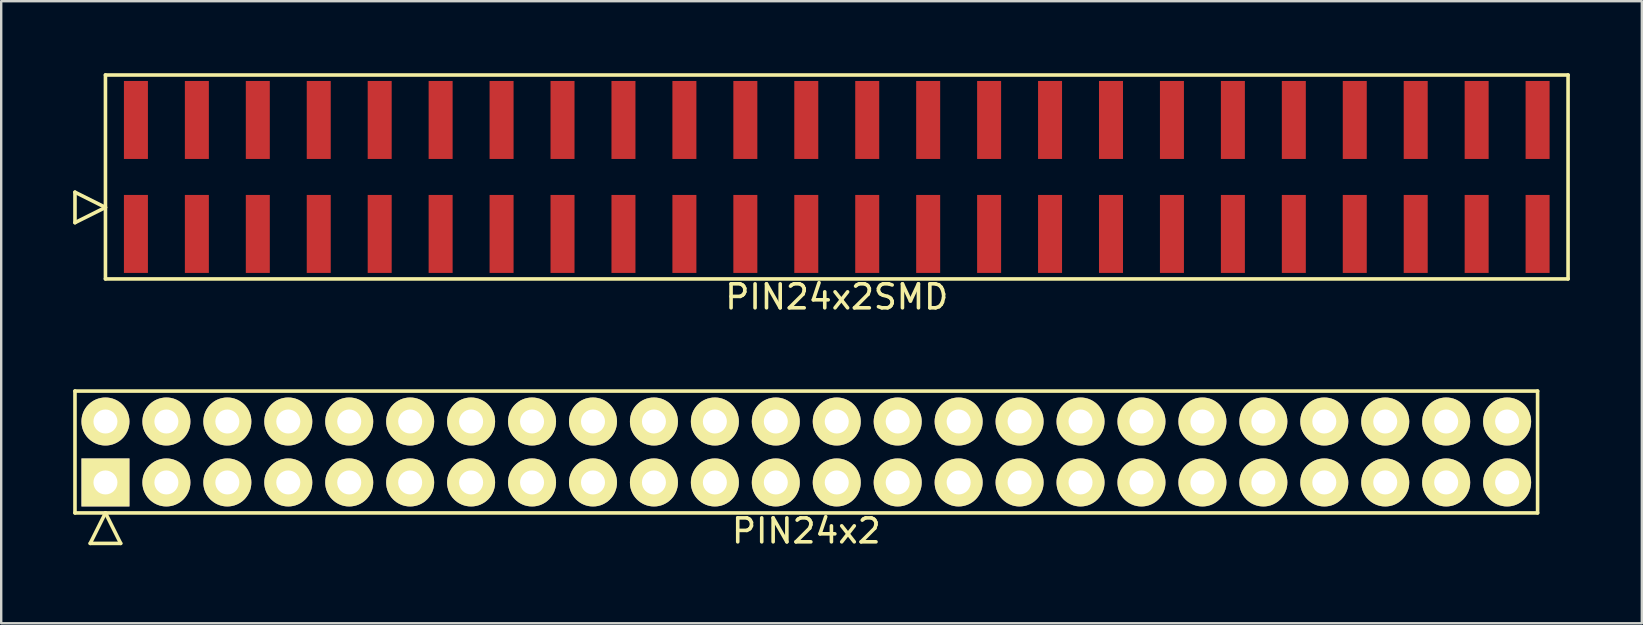
<source format=kicad_pcb>
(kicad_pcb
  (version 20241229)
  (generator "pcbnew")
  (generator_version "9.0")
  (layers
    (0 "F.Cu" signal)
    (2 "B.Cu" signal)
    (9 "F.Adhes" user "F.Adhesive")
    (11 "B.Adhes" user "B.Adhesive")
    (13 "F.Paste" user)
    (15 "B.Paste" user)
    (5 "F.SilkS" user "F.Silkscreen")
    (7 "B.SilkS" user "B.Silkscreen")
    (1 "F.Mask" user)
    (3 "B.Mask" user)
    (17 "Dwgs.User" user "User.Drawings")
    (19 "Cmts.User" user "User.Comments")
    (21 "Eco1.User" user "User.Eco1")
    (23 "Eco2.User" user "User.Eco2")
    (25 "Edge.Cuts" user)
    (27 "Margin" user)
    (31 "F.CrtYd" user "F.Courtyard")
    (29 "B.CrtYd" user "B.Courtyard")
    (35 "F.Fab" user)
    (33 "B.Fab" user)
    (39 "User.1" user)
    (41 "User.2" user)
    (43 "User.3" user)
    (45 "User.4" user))
  (footprint "PIN24x2SMD"
    (layer "F.Cu")
    (at 31.825 4.325)
    (property "Reference" "PIN24x2SMD" (at 0 5 0) (layer "F.SilkS") (effects (font (size 1 1) (thickness 0.15))))
    (attr through_hole)
    (fp_line (start -31.75 1.905) (end -31.75 0.635) (stroke (width 0.15) (type solid)) (layer "F.SilkS"))
    (fp_line (start -30.48 -4.25) (end -30.48 4.25) (stroke (width 0.15) (type solid)) (layer "F.SilkS"))
    (fp_line (start -30.48 1.27) (end -31.75 0.635) (stroke (width 0.15) (type solid)) (layer "F.SilkS"))
    (fp_line (start -30.48 1.27) (end -31.75 1.905) (stroke (width 0.15) (type solid)) (layer "F.SilkS"))
    (fp_line (start -30.48 4.25) (end 30.48 4.25) (stroke (width 0.15) (type solid)) (layer "F.SilkS"))
    (fp_line (start 30.48 -4.25) (end -30.48 -4.25) (stroke (width 0.15) (type solid)) (layer "F.SilkS"))
    (fp_line (start 30.48 4.25) (end 30.48 -4.25) (stroke (width 0.15) (type solid)) (layer "F.SilkS"))
    (pad "1" smd rect (at -29.21 2.375) (size 1 3.25) (layers "F.Cu" "F.Mask" "F.Paste"))
    (pad "2" smd rect (at -29.21 -2.375) (size 1 3.25) (layers "F.Cu" "F.Mask" "F.Paste"))
    (pad "3" smd rect (at -26.67 2.375) (size 1 3.25) (layers "F.Cu" "F.Mask" "F.Paste"))
    (pad "4" smd rect (at -26.67 -2.375) (size 1 3.25) (layers "F.Cu" "F.Mask" "F.Paste"))
    (pad "5" smd rect (at -24.13 2.375) (size 1 3.25) (layers "F.Cu" "F.Mask" "F.Paste"))
    (pad "6" smd rect (at -24.13 -2.375) (size 1 3.25) (layers "F.Cu" "F.Mask" "F.Paste"))
    (pad "7" smd rect (at -21.59 2.375) (size 1 3.25) (layers "F.Cu" "F.Mask" "F.Paste"))
    (pad "8" smd rect (at -21.59 -2.375) (size 1 3.25) (layers "F.Cu" "F.Mask" "F.Paste"))
    (pad "9" smd rect (at -19.05 2.375) (size 1 3.25) (layers "F.Cu" "F.Mask" "F.Paste"))
    (pad "10" smd rect (at -19.05 -2.375) (size 1 3.25) (layers "F.Cu" "F.Mask" "F.Paste"))
    (pad "11" smd rect (at -16.51 2.375) (size 1 3.25) (layers "F.Cu" "F.Mask" "F.Paste"))
    (pad "12" smd rect (at -16.51 -2.375) (size 1 3.25) (layers "F.Cu" "F.Mask" "F.Paste"))
    (pad "13" smd rect (at -13.97 2.375) (size 1 3.25) (layers "F.Cu" "F.Mask" "F.Paste"))
    (pad "14" smd rect (at -13.97 -2.375) (size 1 3.25) (layers "F.Cu" "F.Mask" "F.Paste"))
    (pad "15" smd rect (at -11.43 2.375) (size 1 3.25) (layers "F.Cu" "F.Mask" "F.Paste"))
    (pad "16" smd rect (at -11.43 -2.375) (size 1 3.25) (layers "F.Cu" "F.Mask" "F.Paste"))
    (pad "17" smd rect (at -8.89 2.375) (size 1 3.25) (layers "F.Cu" "F.Mask" "F.Paste"))
    (pad "18" smd rect (at -8.89 -2.375) (size 1 3.25) (layers "F.Cu" "F.Mask" "F.Paste"))
    (pad "19" smd rect (at -6.35 2.375) (size 1 3.25) (layers "F.Cu" "F.Mask" "F.Paste"))
    (pad "20" smd rect (at -6.35 -2.375) (size 1 3.25) (layers "F.Cu" "F.Mask" "F.Paste"))
    (pad "21" smd rect (at -3.81 2.375) (size 1 3.25) (layers "F.Cu" "F.Mask" "F.Paste"))
    (pad "22" smd rect (at -3.81 -2.375) (size 1 3.25) (layers "F.Cu" "F.Mask" "F.Paste"))
    (pad "23" smd rect (at -1.27 2.375) (size 1 3.25) (layers "F.Cu" "F.Mask" "F.Paste"))
    (pad "24" smd rect (at -1.27 -2.375) (size 1 3.25) (layers "F.Cu" "F.Mask" "F.Paste"))
    (pad "25" smd rect (at 1.27 2.375) (size 1 3.25) (layers "F.Cu" "F.Mask" "F.Paste"))
    (pad "26" smd rect (at 1.27 -2.375) (size 1 3.25) (layers "F.Cu" "F.Mask" "F.Paste"))
    (pad "27" smd rect (at 3.81 2.375) (size 1 3.25) (layers "F.Cu" "F.Mask" "F.Paste"))
    (pad "28" smd rect (at 3.81 -2.375) (size 1 3.25) (layers "F.Cu" "F.Mask" "F.Paste"))
    (pad "29" smd rect (at 6.35 2.375) (size 1 3.25) (layers "F.Cu" "F.Mask" "F.Paste"))
    (pad "30" smd rect (at 6.35 -2.375) (size 1 3.25) (layers "F.Cu" "F.Mask" "F.Paste"))
    (pad "31" smd rect (at 8.89 2.375) (size 1 3.25) (layers "F.Cu" "F.Mask" "F.Paste"))
    (pad "32" smd rect (at 8.89 -2.375) (size 1 3.25) (layers "F.Cu" "F.Mask" "F.Paste"))
    (pad "33" smd rect (at 11.43 2.375) (size 1 3.25) (layers "F.Cu" "F.Mask" "F.Paste"))
    (pad "34" smd rect (at 11.43 -2.375) (size 1 3.25) (layers "F.Cu" "F.Mask" "F.Paste"))
    (pad "35" smd rect (at 13.97 2.375) (size 1 3.25) (layers "F.Cu" "F.Mask" "F.Paste"))
    (pad "36" smd rect (at 13.97 -2.375) (size 1 3.25) (layers "F.Cu" "F.Mask" "F.Paste"))
    (pad "37" smd rect (at 16.51 2.375) (size 1 3.25) (layers "F.Cu" "F.Mask" "F.Paste"))
    (pad "38" smd rect (at 16.51 -2.375) (size 1 3.25) (layers "F.Cu" "F.Mask" "F.Paste"))
    (pad "39" smd rect (at 19.05 2.375) (size 1 3.25) (layers "F.Cu" "F.Mask" "F.Paste"))
    (pad "40" smd rect (at 19.05 -2.375) (size 1 3.25) (layers "F.Cu" "F.Mask" "F.Paste"))
    (pad "41" smd rect (at 21.59 2.375) (size 1 3.25) (layers "F.Cu" "F.Mask" "F.Paste"))
    (pad "42" smd rect (at 21.59 -2.375) (size 1 3.25) (layers "F.Cu" "F.Mask" "F.Paste"))
    (pad "43" smd rect (at 24.13 2.375) (size 1 3.25) (layers "F.Cu" "F.Mask" "F.Paste"))
    (pad "44" smd rect (at 24.13 -2.375) (size 1 3.25) (layers "F.Cu" "F.Mask" "F.Paste"))
    (pad "45" smd rect (at 26.67 2.375) (size 1 3.25) (layers "F.Cu" "F.Mask" "F.Paste"))
    (pad "46" smd rect (at 26.67 -2.375) (size 1 3.25) (layers "F.Cu" "F.Mask" "F.Paste"))
    (pad "47" smd rect (at 29.21 2.375) (size 1 3.25) (layers "F.Cu" "F.Mask" "F.Paste"))
    (pad "48" smd rect (at 29.21 -2.375) (size 1 3.25) (layers "F.Cu" "F.Mask" "F.Paste")))
  (footprint "PIN24x2"
    (layer "F.Cu")
    (at 30.555 15.788)
    (property "Reference" "PIN24x2" (at 0 3.29 0) (layer "F.SilkS") (effects (font (size 1 1) (thickness 0.15))))
    (attr through_hole)
    (fp_line (start -30.48 -2.54) (end -30.48 2.54) (stroke (width 0.15) (type solid)) (layer "F.SilkS"))
    (fp_line (start -30.48 2.54) (end 30.48 2.54) (stroke (width 0.15) (type solid)) (layer "F.SilkS"))
    (fp_line (start -29.845 3.81) (end -29.21 2.54) (stroke (width 0.15) (type solid)) (layer "F.SilkS"))
    (fp_line (start -29.845 3.81) (end -28.575 3.81) (stroke (width 0.15) (type solid)) (layer "F.SilkS"))
    (fp_line (start -28.575 3.81) (end -29.21 2.54) (stroke (width 0.15) (type solid)) (layer "F.SilkS"))
    (fp_line (start 30.48 -2.54) (end -30.48 -2.54) (stroke (width 0.15) (type solid)) (layer "F.SilkS"))
    (fp_line (start 30.48 2.54) (end 30.48 -2.54) (stroke (width 0.15) (type solid)) (layer "F.SilkS"))
    (pad "1" thru_hole rect (at -29.21 1.27) (size 2 2) (drill 1) (layers "*.Cu" "*.Mask" "F.SilkS"))
    (pad "2" thru_hole oval (at -29.21 -1.27) (size 2 2) (drill 1) (layers "*.Cu" "*.Mask" "F.SilkS"))
    (pad "3" thru_hole oval (at -26.67 1.27) (size 2 2) (drill 1) (layers "*.Cu" "*.Mask" "F.SilkS"))
    (pad "4" thru_hole oval (at -26.67 -1.27) (size 2 2) (drill 1) (layers "*.Cu" "*.Mask" "F.SilkS"))
    (pad "5" thru_hole oval (at -24.13 1.27) (size 2 2) (drill 1) (layers "*.Cu" "*.Mask" "F.SilkS"))
    (pad "6" thru_hole oval (at -24.13 -1.27) (size 2 2) (drill 1) (layers "*.Cu" "*.Mask" "F.SilkS"))
    (pad "7" thru_hole oval (at -21.59 1.27) (size 2 2) (drill 1) (layers "*.Cu" "*.Mask" "F.SilkS"))
    (pad "8" thru_hole oval (at -21.59 -1.27) (size 2 2) (drill 1) (layers "*.Cu" "*.Mask" "F.SilkS"))
    (pad "9" thru_hole oval (at -19.05 1.27) (size 2 2) (drill 1) (layers "*.Cu" "*.Mask" "F.SilkS"))
    (pad "10" thru_hole oval (at -19.05 -1.27) (size 2 2) (drill 1) (layers "*.Cu" "*.Mask" "F.SilkS"))
    (pad "11" thru_hole oval (at -16.51 1.27) (size 2 2) (drill 1) (layers "*.Cu" "*.Mask" "F.SilkS"))
    (pad "12" thru_hole oval (at -16.51 -1.27) (size 2 2) (drill 1) (layers "*.Cu" "*.Mask" "F.SilkS"))
    (pad "13" thru_hole oval (at -13.97 1.27) (size 2 2) (drill 1) (layers "*.Cu" "*.Mask" "F.SilkS"))
    (pad "14" thru_hole oval (at -13.97 -1.27) (size 2 2) (drill 1) (layers "*.Cu" "*.Mask" "F.SilkS"))
    (pad "15" thru_hole oval (at -11.43 1.27) (size 2 2) (drill 1) (layers "*.Cu" "*.Mask" "F.SilkS"))
    (pad "16" thru_hole oval (at -11.43 -1.27) (size 2 2) (drill 1) (layers "*.Cu" "*.Mask" "F.SilkS"))
    (pad "17" thru_hole oval (at -8.89 1.27) (size 2 2) (drill 1) (layers "*.Cu" "*.Mask" "F.SilkS"))
    (pad "18" thru_hole oval (at -8.89 -1.27) (size 2 2) (drill 1) (layers "*.Cu" "*.Mask" "F.SilkS"))
    (pad "19" thru_hole oval (at -6.35 1.27) (size 2 2) (drill 1) (layers "*.Cu" "*.Mask" "F.SilkS"))
    (pad "20" thru_hole oval (at -6.35 -1.27) (size 2 2) (drill 1) (layers "*.Cu" "*.Mask" "F.SilkS"))
    (pad "21" thru_hole oval (at -3.81 1.27) (size 2 2) (drill 1) (layers "*.Cu" "*.Mask" "F.SilkS"))
    (pad "22" thru_hole oval (at -3.81 -1.27) (size 2 2) (drill 1) (layers "*.Cu" "*.Mask" "F.SilkS"))
    (pad "23" thru_hole oval (at -1.27 1.27) (size 2 2) (drill 1) (layers "*.Cu" "*.Mask" "F.SilkS"))
    (pad "24" thru_hole oval (at -1.27 -1.27) (size 2 2) (drill 1) (layers "*.Cu" "*.Mask" "F.SilkS"))
    (pad "25" thru_hole oval (at 1.27 1.27) (size 2 2) (drill 1) (layers "*.Cu" "*.Mask" "F.SilkS"))
    (pad "26" thru_hole oval (at 1.27 -1.27) (size 2 2) (drill 1) (layers "*.Cu" "*.Mask" "F.SilkS"))
    (pad "27" thru_hole oval (at 3.81 1.27) (size 2 2) (drill 1) (layers "*.Cu" "*.Mask" "F.SilkS"))
    (pad "28" thru_hole oval (at 3.81 -1.27) (size 2 2) (drill 1) (layers "*.Cu" "*.Mask" "F.SilkS"))
    (pad "29" thru_hole oval (at 6.35 1.27) (size 2 2) (drill 1) (layers "*.Cu" "*.Mask" "F.SilkS"))
    (pad "30" thru_hole oval (at 6.35 -1.27) (size 2 2) (drill 1) (layers "*.Cu" "*.Mask" "F.SilkS"))
    (pad "31" thru_hole oval (at 8.89 1.27) (size 2 2) (drill 1) (layers "*.Cu" "*.Mask" "F.SilkS"))
    (pad "32" thru_hole oval (at 8.89 -1.27) (size 2 2) (drill 1) (layers "*.Cu" "*.Mask" "F.SilkS"))
    (pad "33" thru_hole oval (at 11.43 1.27) (size 2 2) (drill 1) (layers "*.Cu" "*.Mask" "F.SilkS"))
    (pad "34" thru_hole oval (at 11.43 -1.27) (size 2 2) (drill 1) (layers "*.Cu" "*.Mask" "F.SilkS"))
    (pad "35" thru_hole oval (at 13.97 1.27) (size 2 2) (drill 1) (layers "*.Cu" "*.Mask" "F.SilkS"))
    (pad "36" thru_hole oval (at 13.97 -1.27) (size 2 2) (drill 1) (layers "*.Cu" "*.Mask" "F.SilkS"))
    (pad "37" thru_hole oval (at 16.51 1.27) (size 2 2) (drill 1) (layers "*.Cu" "*.Mask" "F.SilkS"))
    (pad "38" thru_hole oval (at 16.51 -1.27) (size 2 2) (drill 1) (layers "*.Cu" "*.Mask" "F.SilkS"))
    (pad "39" thru_hole oval (at 19.05 1.27) (size 2 2) (drill 1) (layers "*.Cu" "*.Mask" "F.SilkS"))
    (pad "40" thru_hole oval (at 19.05 -1.27) (size 2 2) (drill 1) (layers "*.Cu" "*.Mask" "F.SilkS"))
    (pad "41" thru_hole oval (at 21.59 1.27) (size 2 2) (drill 1) (layers "*.Cu" "*.Mask" "F.SilkS"))
    (pad "42" thru_hole oval (at 21.59 -1.27) (size 2 2) (drill 1) (layers "*.Cu" "*.Mask" "F.SilkS"))
    (pad "43" thru_hole oval (at 24.13 1.27) (size 2 2) (drill 1) (layers "*.Cu" "*.Mask" "F.SilkS"))
    (pad "44" thru_hole oval (at 24.13 -1.27) (size 2 2) (drill 1) (layers "*.Cu" "*.Mask" "F.SilkS"))
    (pad "45" thru_hole oval (at 26.67 1.27) (size 2 2) (drill 1) (layers "*.Cu" "*.Mask" "F.SilkS"))
    (pad "46" thru_hole oval (at 26.67 -1.27) (size 2 2) (drill 1) (layers "*.Cu" "*.Mask" "F.SilkS"))
    (pad "47" thru_hole oval (at 29.21 1.27) (size 2 2) (drill 1) (layers "*.Cu" "*.Mask" "F.SilkS"))
    (pad "48" thru_hole oval (at 29.21 -1.27) (size 2 2) (drill 1) (layers "*.Cu" "*.Mask" "F.SilkS")))
  (gr_rect
    (start -3 -3)
    (end 65.38 22.927)
    (stroke (width 0.1) (type default))
    (fill no)
    (layer "Edge.Cuts")))
</source>
